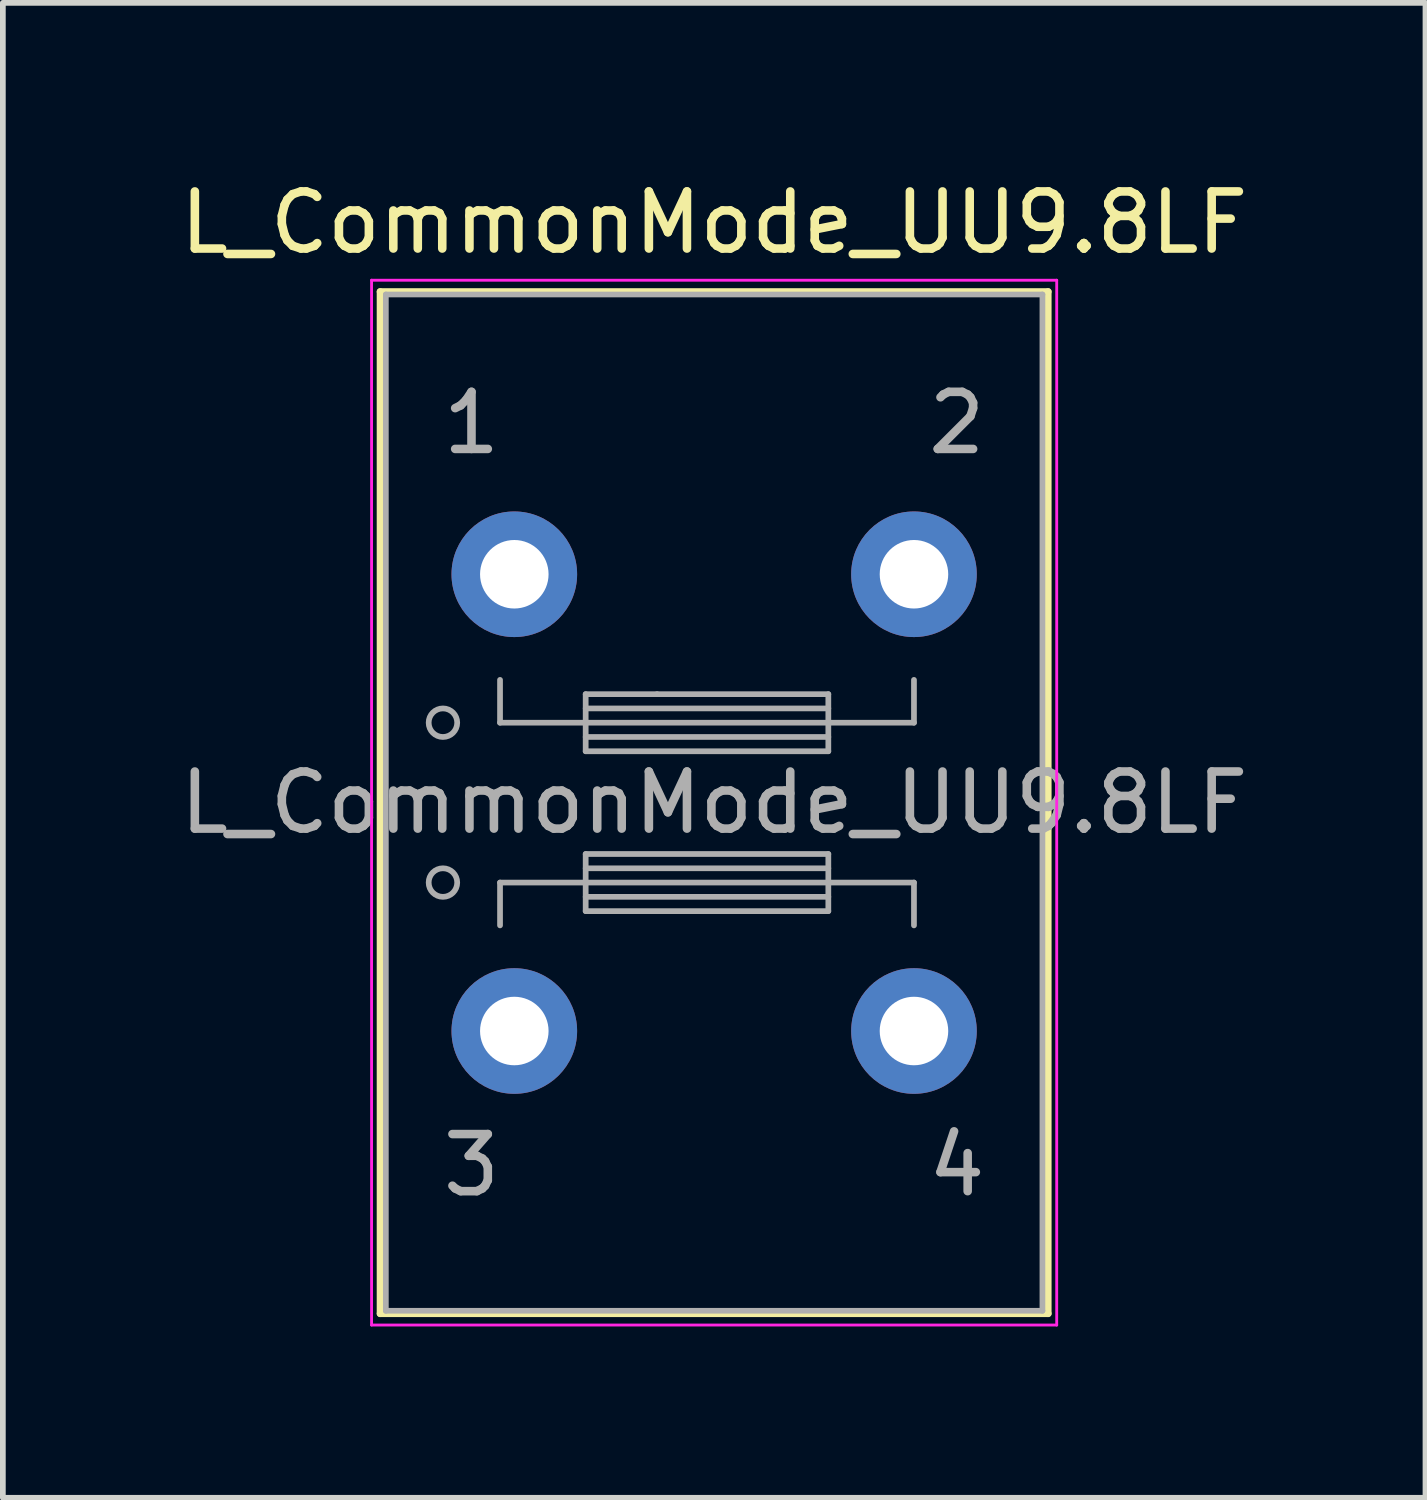
<source format=kicad_pcb>
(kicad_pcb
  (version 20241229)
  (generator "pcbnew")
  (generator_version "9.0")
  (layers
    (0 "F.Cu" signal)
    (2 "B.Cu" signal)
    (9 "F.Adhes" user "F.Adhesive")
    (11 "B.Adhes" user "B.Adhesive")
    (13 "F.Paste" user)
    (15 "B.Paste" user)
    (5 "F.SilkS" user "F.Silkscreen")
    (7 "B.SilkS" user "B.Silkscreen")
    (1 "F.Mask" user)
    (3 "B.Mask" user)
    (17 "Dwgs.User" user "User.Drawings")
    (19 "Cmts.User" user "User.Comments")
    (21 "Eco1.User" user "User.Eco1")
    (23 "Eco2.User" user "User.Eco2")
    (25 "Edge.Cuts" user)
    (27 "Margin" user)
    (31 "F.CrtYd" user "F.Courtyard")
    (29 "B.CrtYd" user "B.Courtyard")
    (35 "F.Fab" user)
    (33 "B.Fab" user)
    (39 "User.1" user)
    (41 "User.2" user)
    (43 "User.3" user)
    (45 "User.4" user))
  (footprint "L_CommonMode_UU9.8LF"
    (layer "F.Cu")
    (at 5.958 7.008)
    (property "Reference" "L_CommonMode_UU9.8LF" (at 3.5 -6.16 0) (layer "F.SilkS") (effects (font (size 1 1) (thickness 0.15))))
    (attr through_hole)
    (fp_line (start -2.35 -4.95) (end 9.35 -4.95) (stroke (width 0.12) (type solid)) (layer "F.SilkS"))
    (fp_line (start -2.35 12.95) (end -2.35 -4.95) (stroke (width 0.12) (type solid)) (layer "F.SilkS"))
    (fp_line (start 9.35 -4.95) (end 9.35 12.95) (stroke (width 0.12) (type solid)) (layer "F.SilkS"))
    (fp_line (start 9.35 12.95) (end -2.35 12.95) (stroke (width 0.12) (type solid)) (layer "F.SilkS"))
    (fp_line (start -2.5 -5.15) (end -2.5 13.15) (stroke (width 0.05) (type solid)) (layer "F.CrtYd"))
    (fp_line (start -2.5 13.15) (end 9.5 13.15) (stroke (width 0.05) (type solid)) (layer "F.CrtYd"))
    (fp_line (start 9.5 -5.15) (end -2.5 -5.15) (stroke (width 0.05) (type solid)) (layer "F.CrtYd"))
    (fp_line (start 9.5 13.15) (end 9.5 -5.15) (stroke (width 0.05) (type solid)) (layer "F.CrtYd"))
    (fp_line (start -2.25 -4.9) (end -2.25 12.9) (stroke (width 0.1) (type solid)) (layer "F.Fab"))
    (fp_line (start -2.25 12.9) (end 9.25 12.9) (stroke (width 0.1) (type solid)) (layer "F.Fab"))
    (fp_line (start -0.25 2.6) (end -0.25 1.85) (stroke (width 0.1) (type solid)) (layer "F.Fab"))
    (fp_line (start -0.25 5.4) (end -0.25 6.15) (stroke (width 0.1) (type solid)) (layer "F.Fab"))
    (fp_line (start 1.25 2.1) (end 2.5 2.1) (stroke (width 0.1) (type solid)) (layer "F.Fab"))
    (fp_line (start 1.25 2.6) (end -0.25 2.6) (stroke (width 0.1) (type solid)) (layer "F.Fab"))
    (fp_line (start 1.25 2.85) (end 5.5 2.85) (stroke (width 0.1) (type solid)) (layer "F.Fab"))
    (fp_line (start 1.25 3.1) (end 1.25 2.1) (stroke (width 0.1) (type solid)) (layer "F.Fab"))
    (fp_line (start 1.25 4.9) (end 5.5 4.9) (stroke (width 0.1) (type solid)) (layer "F.Fab"))
    (fp_line (start 1.25 5.15) (end 5.5 5.15) (stroke (width 0.1) (type solid)) (layer "F.Fab"))
    (fp_line (start 1.25 5.4) (end -0.25 5.4) (stroke (width 0.1) (type solid)) (layer "F.Fab"))
    (fp_line (start 1.25 5.9) (end 1.25 4.9) (stroke (width 0.1) (type solid)) (layer "F.Fab"))
    (fp_line (start 2.5 2.1) (end 5.5 2.1) (stroke (width 0.1) (type solid)) (layer "F.Fab"))
    (fp_line (start 5.5 2.1) (end 5.5 3.1) (stroke (width 0.1) (type solid)) (layer "F.Fab"))
    (fp_line (start 5.5 2.35) (end 1.25 2.35) (stroke (width 0.1) (type solid)) (layer "F.Fab"))
    (fp_line (start 5.5 2.6) (end 1.25 2.6) (stroke (width 0.1) (type solid)) (layer "F.Fab"))
    (fp_line (start 5.5 2.6) (end 7 2.6) (stroke (width 0.1) (type solid)) (layer "F.Fab"))
    (fp_line (start 5.5 3.1) (end 1.25 3.1) (stroke (width 0.1) (type solid)) (layer "F.Fab"))
    (fp_line (start 5.5 4.9) (end 5.5 5.9) (stroke (width 0.1) (type solid)) (layer "F.Fab"))
    (fp_line (start 5.5 5.4) (end 1.25 5.4) (stroke (width 0.1) (type solid)) (layer "F.Fab"))
    (fp_line (start 5.5 5.4) (end 7 5.4) (stroke (width 0.1) (type solid)) (layer "F.Fab"))
    (fp_line (start 5.5 5.65) (end 1.25 5.65) (stroke (width 0.1) (type solid)) (layer "F.Fab"))
    (fp_line (start 5.5 5.9) (end 1.25 5.9) (stroke (width 0.1) (type solid)) (layer "F.Fab"))
    (fp_line (start 7 2.6) (end 7 1.85) (stroke (width 0.1) (type solid)) (layer "F.Fab"))
    (fp_line (start 7 5.4) (end 7 6.15) (stroke (width 0.1) (type solid)) (layer "F.Fab"))
    (fp_line (start 9.25 -4.9) (end -2.25 -4.9) (stroke (width 0.1) (type solid)) (layer "F.Fab"))
    (fp_line (start 9.25 12.9) (end 9.25 -4.9) (stroke (width 0.1) (type solid)) (layer "F.Fab"))
    (fp_circle (center -1.25 2.6) (end -1 2.6) (stroke (width 0.1) (type solid)) (fill no) (layer "F.Fab"))
    (fp_circle (center -1.25 5.4) (end -1 5.4) (stroke (width 0.1) (type solid)) (fill no) (layer "F.Fab"))
    (fp_text user "${REFERENCE}" (at 3.5 4 0) (layer "F.Fab") (effects (font (size 1 1) (thickness 0.15))))
    (fp_text user "3" (at -0.75 10.35 0) (layer "F.Fab") (effects (font (size 1 1) (thickness 0.15))))
    (fp_text user "1" (at -0.75 -2.65 0) (layer "F.Fab") (effects (font (size 1 1) (thickness 0.15))))
    (fp_text user "4" (at 7.75 10.35 0) (layer "F.Fab") (effects (font (size 1 1) (thickness 0.15))))
    (fp_text user "2" (at 7.75 -2.65 0) (layer "F.Fab") (effects (font (size 1 1) (thickness 0.15))))
    (pad "1" thru_hole circle (at 0 0) (size 2.2 2.2) (drill 1.2) (layers "*.Cu" "*.Mask"))
    (pad "2" thru_hole circle (at 7 0) (size 2.2 2.2) (drill 1.2) (layers "*.Cu" "*.Mask"))
    (pad "3" thru_hole circle (at 0 8) (size 2.2 2.2) (drill 1.2) (layers "*.Cu" "*.Mask"))
    (pad "4" thru_hole circle (at 7 8) (size 2.2 2.2) (drill 1.2) (layers "*.Cu" "*.Mask")))
  (gr_rect
    (start -3 -3)
    (end 21.917 23.183)
    (stroke (width 0.1) (type default))
    (fill no)
    (layer "Edge.Cuts")))
</source>
